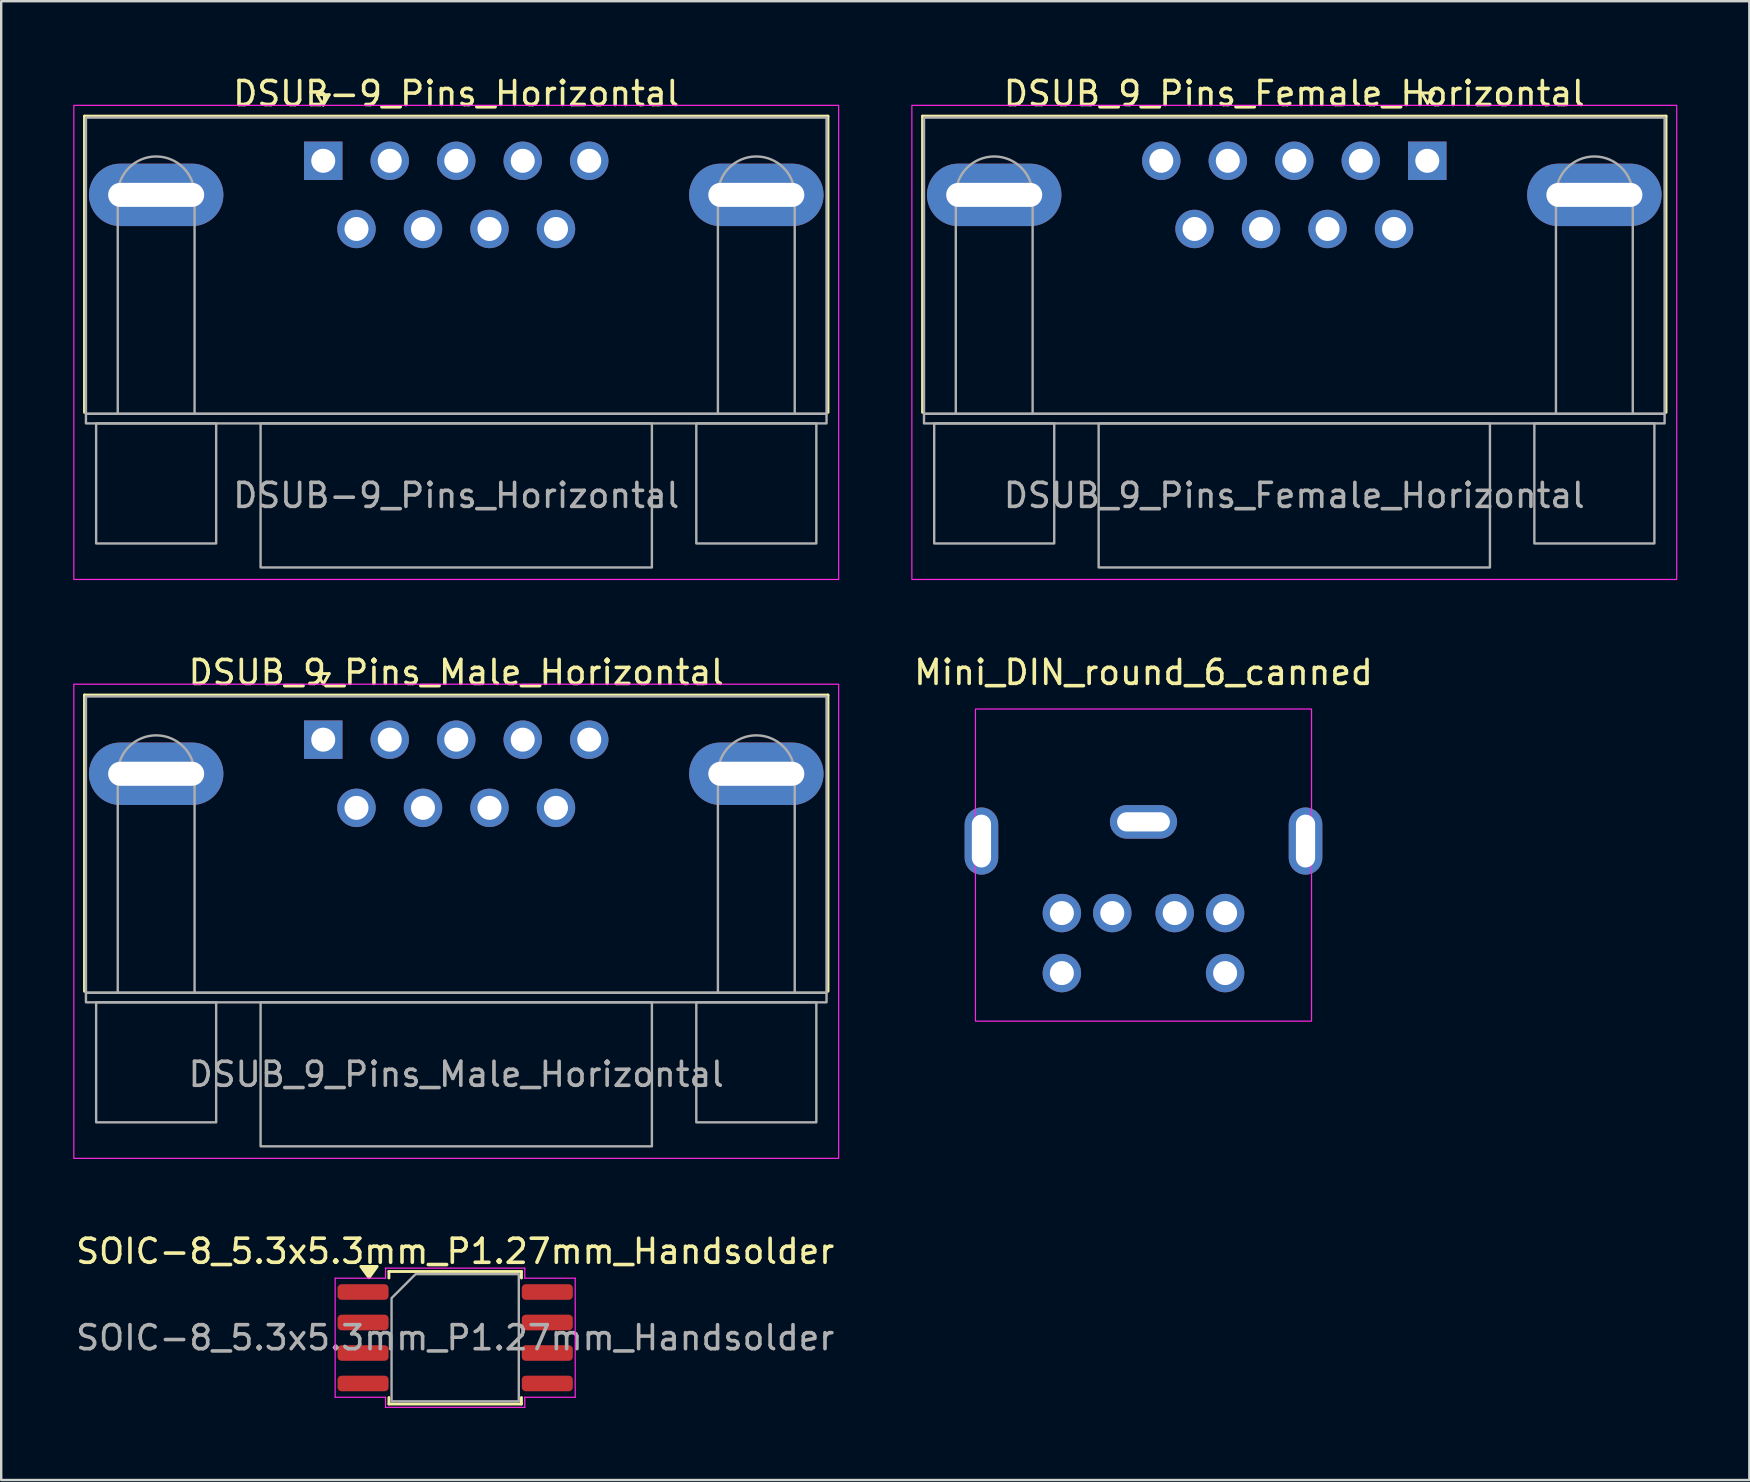
<source format=kicad_pcb>
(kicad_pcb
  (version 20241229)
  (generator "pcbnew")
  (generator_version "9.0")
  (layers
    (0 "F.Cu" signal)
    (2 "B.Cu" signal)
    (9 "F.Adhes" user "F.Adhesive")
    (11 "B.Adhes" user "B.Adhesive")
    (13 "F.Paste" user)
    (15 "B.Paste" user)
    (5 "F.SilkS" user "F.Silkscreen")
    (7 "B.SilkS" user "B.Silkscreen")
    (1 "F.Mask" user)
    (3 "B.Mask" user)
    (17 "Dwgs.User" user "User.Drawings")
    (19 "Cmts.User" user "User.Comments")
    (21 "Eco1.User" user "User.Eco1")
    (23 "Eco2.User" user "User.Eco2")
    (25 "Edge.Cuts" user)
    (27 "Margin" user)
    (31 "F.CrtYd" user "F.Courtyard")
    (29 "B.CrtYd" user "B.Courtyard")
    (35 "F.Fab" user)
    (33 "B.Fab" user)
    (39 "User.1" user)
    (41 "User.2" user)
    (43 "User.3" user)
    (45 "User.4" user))
  (footprint "DSUB-9_Pins_Horizontal"
    (layer "F.Cu")
    (at 10.415 3.648)
    (property "Reference" "DSUB-9_Pins_Horizontal" (at 5.54 -2.8 0) (layer "F.SilkS") (effects (font (size 1 1) (thickness 0.15))))
    (attr through_hole)
    (fp_line (start -9.945 -1.86) (end 21.025 -1.86) (stroke (width 0.12) (type solid)) (layer "F.SilkS"))
    (fp_line (start -9.945 10.48) (end -9.945 -1.86) (stroke (width 0.12) (type solid)) (layer "F.SilkS"))
    (fp_line (start -0.25 -2.754) (end 0.25 -2.754) (stroke (width 0.12) (type solid)) (layer "F.SilkS"))
    (fp_line (start 0 -2.321) (end -0.25 -2.754) (stroke (width 0.12) (type solid)) (layer "F.SilkS"))
    (fp_line (start 0.25 -2.754) (end 0 -2.321) (stroke (width 0.12) (type solid)) (layer "F.SilkS"))
    (fp_line (start 21.025 -1.86) (end 21.025 10.48) (stroke (width 0.12) (type solid)) (layer "F.SilkS"))
    (fp_rect (start -10.39 -2.31) (end 21.47 17.44) (stroke (width 0.05) (type solid)) (fill no) (layer "F.CrtYd"))
    (fp_line (start -8.56 10.54) (end -8.56 1.42) (stroke (width 0.1) (type solid)) (layer "F.Fab"))
    (fp_line (start -5.36 10.54) (end -5.36 1.42) (stroke (width 0.1) (type solid)) (layer "F.Fab"))
    (fp_line (start 16.44 10.54) (end 16.44 1.42) (stroke (width 0.1) (type solid)) (layer "F.Fab"))
    (fp_line (start 19.64 10.54) (end 19.64 1.42) (stroke (width 0.1) (type solid)) (layer "F.Fab"))
    (fp_rect (start -9.885 -1.8) (end 20.965 10.54) (stroke (width 0.1) (type solid)) (fill no) (layer "F.Fab"))
    (fp_rect (start -9.885 10.54) (end 20.965 10.94) (stroke (width 0.1) (type solid)) (fill no) (layer "F.Fab"))
    (fp_rect (start -9.46 10.94) (end -4.46 15.94) (stroke (width 0.1) (type solid)) (fill no) (layer "F.Fab"))
    (fp_rect (start -2.61 10.94) (end 13.69 16.94) (stroke (width 0.1) (type solid)) (fill no) (layer "F.Fab"))
    (fp_rect (start 15.54 10.94) (end 20.54 15.94) (stroke (width 0.1) (type solid)) (fill no) (layer "F.Fab"))
    (fp_arc (start -8.56 1.42) (mid -6.96 -0.18) (end -5.36 1.42) (stroke (width 0.1) (type solid)) (layer "F.Fab"))
    (fp_arc (start 16.44 1.42) (mid 18.04 -0.18) (end 19.64 1.42) (stroke (width 0.1) (type solid)) (layer "F.Fab"))
    (fp_text user "${REFERENCE}" (at 5.54 13.94 0) (layer "F.Fab") (effects (font (size 1 1) (thickness 0.15))))
    (pad "0" thru_hole oval (at -6.96 1.42) (size 5.6 2.6) (drill oval 4 1) (layers "*.Cu" "*.Mask"))
    (pad "0" thru_hole oval (at 18.04 1.42) (size 5.6 2.6) (drill oval 4 1) (layers "*.Cu" "*.Mask"))
    (pad "1" thru_hole rect (at 0 0) (size 1.6 1.6) (drill 1) (layers "*.Cu" "*.Mask"))
    (pad "2" thru_hole circle (at 2.77 0) (size 1.6 1.6) (drill 1) (layers "*.Cu" "*.Mask"))
    (pad "3" thru_hole circle (at 5.54 0) (size 1.6 1.6) (drill 1) (layers "*.Cu" "*.Mask"))
    (pad "4" thru_hole circle (at 8.31 0) (size 1.6 1.6) (drill 1) (layers "*.Cu" "*.Mask"))
    (pad "5" thru_hole circle (at 11.08 0) (size 1.6 1.6) (drill 1) (layers "*.Cu" "*.Mask"))
    (pad "6" thru_hole circle (at 1.385 2.84) (size 1.6 1.6) (drill 1) (layers "*.Cu" "*.Mask"))
    (pad "7" thru_hole circle (at 4.155 2.84) (size 1.6 1.6) (drill 1) (layers "*.Cu" "*.Mask"))
    (pad "8" thru_hole circle (at 6.925 2.84) (size 1.6 1.6) (drill 1) (layers "*.Cu" "*.Mask"))
    (pad "9" thru_hole circle (at 9.695 2.84) (size 1.6 1.6) (drill 1) (layers "*.Cu" "*.Mask")))
  (footprint "DSUB_9_Pins_Male_Horizontal"
    (layer "F.Cu")
    (at 10.415 27.762)
    (property "Reference" "DSUB_9_Pins_Male_Horizontal" (at 5.54 -2.8 0) (layer "F.SilkS") (effects (font (size 1 1) (thickness 0.15))))
    (attr through_hole)
    (fp_line (start -9.945 -1.86) (end 21.025 -1.86) (stroke (width 0.12) (type solid)) (layer "F.SilkS"))
    (fp_line (start -9.945 10.48) (end -9.945 -1.86) (stroke (width 0.12) (type solid)) (layer "F.SilkS"))
    (fp_line (start -0.25 -2.754) (end 0.25 -2.754) (stroke (width 0.12) (type solid)) (layer "F.SilkS"))
    (fp_line (start 0 -2.321) (end -0.25 -2.754) (stroke (width 0.12) (type solid)) (layer "F.SilkS"))
    (fp_line (start 0.25 -2.754) (end 0 -2.321) (stroke (width 0.12) (type solid)) (layer "F.SilkS"))
    (fp_line (start 21.025 -1.86) (end 21.025 10.48) (stroke (width 0.12) (type solid)) (layer "F.SilkS"))
    (fp_rect (start -10.39 -2.31) (end 21.47 17.44) (stroke (width 0.05) (type solid)) (fill no) (layer "F.CrtYd"))
    (fp_line (start -8.56 10.54) (end -8.56 1.42) (stroke (width 0.1) (type solid)) (layer "F.Fab"))
    (fp_line (start -5.36 10.54) (end -5.36 1.42) (stroke (width 0.1) (type solid)) (layer "F.Fab"))
    (fp_line (start 16.44 10.54) (end 16.44 1.42) (stroke (width 0.1) (type solid)) (layer "F.Fab"))
    (fp_line (start 19.64 10.54) (end 19.64 1.42) (stroke (width 0.1) (type solid)) (layer "F.Fab"))
    (fp_rect (start -9.885 -1.8) (end 20.965 10.54) (stroke (width 0.1) (type solid)) (fill no) (layer "F.Fab"))
    (fp_rect (start -9.885 10.54) (end 20.965 10.94) (stroke (width 0.1) (type solid)) (fill no) (layer "F.Fab"))
    (fp_rect (start -9.46 10.94) (end -4.46 15.94) (stroke (width 0.1) (type solid)) (fill no) (layer "F.Fab"))
    (fp_rect (start -2.61 10.94) (end 13.69 16.94) (stroke (width 0.1) (type solid)) (fill no) (layer "F.Fab"))
    (fp_rect (start 15.54 10.94) (end 20.54 15.94) (stroke (width 0.1) (type solid)) (fill no) (layer "F.Fab"))
    (fp_arc (start -8.56 1.42) (mid -6.96 -0.18) (end -5.36 1.42) (stroke (width 0.1) (type solid)) (layer "F.Fab"))
    (fp_arc (start 16.44 1.42) (mid 18.04 -0.18) (end 19.64 1.42) (stroke (width 0.1) (type solid)) (layer "F.Fab"))
    (fp_text user "${REFERENCE}" (at 5.54 13.94 0) (layer "F.Fab") (effects (font (size 1 1) (thickness 0.15))))
    (pad "0" thru_hole oval (at -6.96 1.42) (size 5.6 2.6) (drill oval 4 1) (layers "*.Cu" "*.Mask"))
    (pad "0" thru_hole oval (at 18.04 1.42) (size 5.6 2.6) (drill oval 4 1) (layers "*.Cu" "*.Mask"))
    (pad "1" thru_hole rect (at 0 0) (size 1.6 1.6) (drill 1) (layers "*.Cu" "*.Mask"))
    (pad "2" thru_hole circle (at 2.77 0) (size 1.6 1.6) (drill 1) (layers "*.Cu" "*.Mask"))
    (pad "3" thru_hole circle (at 5.54 0) (size 1.6 1.6) (drill 1) (layers "*.Cu" "*.Mask"))
    (pad "4" thru_hole circle (at 8.31 0) (size 1.6 1.6) (drill 1) (layers "*.Cu" "*.Mask"))
    (pad "5" thru_hole circle (at 11.08 0) (size 1.6 1.6) (drill 1) (layers "*.Cu" "*.Mask"))
    (pad "6" thru_hole circle (at 1.385 2.84) (size 1.6 1.6) (drill 1) (layers "*.Cu" "*.Mask"))
    (pad "7" thru_hole circle (at 4.155 2.84) (size 1.6 1.6) (drill 1) (layers "*.Cu" "*.Mask"))
    (pad "8" thru_hole circle (at 6.925 2.84) (size 1.6 1.6) (drill 1) (layers "*.Cu" "*.Mask"))
    (pad "9" thru_hole circle (at 9.695 2.84) (size 1.6 1.6) (drill 1) (layers "*.Cu" "*.Mask")))
  (footprint "DSUB_9_Pins_Female_Horizontal"
    (layer "F.Cu")
    (at 45.325 3.648)
    (property "Reference" "DSUB_9_Pins_Female_Horizontal" (at 5.54 -2.8 0) (layer "F.SilkS") (effects (font (size 1 1) (thickness 0.15))))
    (attr through_hole)
    (fp_line (start -9.945 -1.86) (end 21.025 -1.86) (stroke (width 0.12) (type solid)) (layer "F.SilkS"))
    (fp_line (start -9.945 10.48) (end -9.945 -1.86) (stroke (width 0.12) (type solid)) (layer "F.SilkS"))
    (fp_line (start 10.845 -2.827) (end 11.345 -2.827) (stroke (width 0.12) (type solid)) (layer "F.SilkS"))
    (fp_line (start 11.095 -2.393) (end 10.845 -2.827) (stroke (width 0.12) (type solid)) (layer "F.SilkS"))
    (fp_line (start 11.345 -2.827) (end 11.095 -2.393) (stroke (width 0.12) (type solid)) (layer "F.SilkS"))
    (fp_line (start 21.025 -1.86) (end 21.025 10.48) (stroke (width 0.12) (type solid)) (layer "F.SilkS"))
    (fp_rect (start -10.39 -2.31) (end 21.47 17.44) (stroke (width 0.05) (type solid)) (fill no) (layer "F.CrtYd"))
    (fp_line (start -8.56 10.54) (end -8.56 1.42) (stroke (width 0.1) (type solid)) (layer "F.Fab"))
    (fp_line (start -5.36 10.54) (end -5.36 1.42) (stroke (width 0.1) (type solid)) (layer "F.Fab"))
    (fp_line (start 16.44 10.54) (end 16.44 1.42) (stroke (width 0.1) (type solid)) (layer "F.Fab"))
    (fp_line (start 19.64 10.54) (end 19.64 1.42) (stroke (width 0.1) (type solid)) (layer "F.Fab"))
    (fp_rect (start -9.885 -1.8) (end 20.965 10.54) (stroke (width 0.1) (type solid)) (fill no) (layer "F.Fab"))
    (fp_rect (start -9.885 10.54) (end 20.965 10.94) (stroke (width 0.1) (type solid)) (fill no) (layer "F.Fab"))
    (fp_rect (start -9.46 10.94) (end -4.46 15.94) (stroke (width 0.1) (type solid)) (fill no) (layer "F.Fab"))
    (fp_rect (start -2.61 10.94) (end 13.69 16.94) (stroke (width 0.1) (type solid)) (fill no) (layer "F.Fab"))
    (fp_rect (start 15.54 10.94) (end 20.54 15.94) (stroke (width 0.1) (type solid)) (fill no) (layer "F.Fab"))
    (fp_arc (start -8.56 1.42) (mid -6.96 -0.18) (end -5.36 1.42) (stroke (width 0.1) (type solid)) (layer "F.Fab"))
    (fp_arc (start 16.44 1.42) (mid 18.04 -0.18) (end 19.64 1.42) (stroke (width 0.1) (type solid)) (layer "F.Fab"))
    (fp_text user "${REFERENCE}" (at 5.54 13.94 0) (layer "F.Fab") (effects (font (size 1 1) (thickness 0.15))))
    (pad "0" thru_hole oval (at -6.96 1.42) (size 5.6 2.6) (drill oval 4 1) (layers "*.Cu" "*.Mask"))
    (pad "0" thru_hole oval (at 18.04 1.42) (size 5.6 2.6) (drill oval 4 1) (layers "*.Cu" "*.Mask"))
    (pad "1" thru_hole rect (at 11.08 0) (size 1.6 1.6) (drill 1) (layers "*.Cu" "*.Mask"))
    (pad "2" thru_hole circle (at 8.31 0) (size 1.6 1.6) (drill 1) (layers "*.Cu" "*.Mask"))
    (pad "3" thru_hole circle (at 5.54 0) (size 1.6 1.6) (drill 1) (layers "*.Cu" "*.Mask"))
    (pad "4" thru_hole circle (at 2.77 0) (size 1.6 1.6) (drill 1) (layers "*.Cu" "*.Mask"))
    (pad "5" thru_hole circle (at 0 0) (size 1.6 1.6) (drill 1) (layers "*.Cu" "*.Mask"))
    (pad "6" thru_hole circle (at 9.695 2.84) (size 1.6 1.6) (drill 1) (layers "*.Cu" "*.Mask"))
    (pad "7" thru_hole circle (at 6.925 2.84) (size 1.6 1.6) (drill 1) (layers "*.Cu" "*.Mask"))
    (pad "8" thru_hole circle (at 4.155 2.84) (size 1.6 1.6) (drill 1) (layers "*.Cu" "*.Mask"))
    (pad "9" thru_hole circle (at 1.385 2.84) (size 1.6 1.6) (drill 1) (layers "*.Cu" "*.Mask")))
  (footprint "SOIC-8_5.3x5.3mm_P1.27mm_Handsolder"
    (layer "F.Cu")
    (at 15.911 52.675)
    (property "Reference" "SOIC-8_5.3x5.3mm_P1.27mm_Handsolder" (at 0 -3.6 0) (layer "F.SilkS") (effects (font (size 1 1) (thickness 0.15))))
    (attr smd)
    (fp_line (start -2.76 -2.76) (end 2.76 -2.76) (stroke (width 0.12) (type solid)) (layer "F.SilkS"))
    (fp_line (start -2.76 -2.49) (end -2.76 -2.76) (stroke (width 0.12) (type solid)) (layer "F.SilkS"))
    (fp_line (start -2.76 2.76) (end -2.76 2.49) (stroke (width 0.12) (type solid)) (layer "F.SilkS"))
    (fp_line (start 2.76 -2.76) (end 2.76 -2.49) (stroke (width 0.12) (type solid)) (layer "F.SilkS"))
    (fp_line (start 2.76 2.49) (end 2.76 2.76) (stroke (width 0.12) (type solid)) (layer "F.SilkS"))
    (fp_line (start 2.76 2.76) (end -2.76 2.76) (stroke (width 0.12) (type solid)) (layer "F.SilkS"))
    (fp_poly (pts (xy -3.59 -2.5) (xy -3.93 -2.97) (xy -3.25 -2.97)) (stroke (width 0.12) (type solid)) (fill yes) (layer "F.SilkS"))
    (fp_line (start -5 -2.48) (end -2.9 -2.48) (stroke (width 0.05) (type solid)) (layer "F.CrtYd"))
    (fp_line (start -5 2.48) (end -5 -2.48) (stroke (width 0.05) (type solid)) (layer "F.CrtYd"))
    (fp_line (start -2.9 -2.9) (end 2.9 -2.9) (stroke (width 0.05) (type solid)) (layer "F.CrtYd"))
    (fp_line (start -2.9 -2.48) (end -2.9 -2.9) (stroke (width 0.05) (type solid)) (layer "F.CrtYd"))
    (fp_line (start -2.9 2.48) (end -5 2.48) (stroke (width 0.05) (type solid)) (layer "F.CrtYd"))
    (fp_line (start -2.9 2.9) (end -2.9 2.48) (stroke (width 0.05) (type solid)) (layer "F.CrtYd"))
    (fp_line (start 2.9 -2.9) (end 2.9 -2.48) (stroke (width 0.05) (type solid)) (layer "F.CrtYd"))
    (fp_line (start 2.9 -2.48) (end 5 -2.48) (stroke (width 0.05) (type solid)) (layer "F.CrtYd"))
    (fp_line (start 2.9 2.48) (end 2.9 2.9) (stroke (width 0.05) (type solid)) (layer "F.CrtYd"))
    (fp_line (start 2.9 2.9) (end -2.9 2.9) (stroke (width 0.05) (type solid)) (layer "F.CrtYd"))
    (fp_line (start 5 -2.48) (end 5 2.48) (stroke (width 0.05) (type solid)) (layer "F.CrtYd"))
    (fp_line (start 5 2.48) (end 2.9 2.48) (stroke (width 0.05) (type solid)) (layer "F.CrtYd"))
    (fp_poly (pts (xy -1.65 -2.65) (xy 2.65 -2.65) (xy 2.65 2.65) (xy -2.65 2.65) (xy -2.65 -1.65)) (stroke (width 0.1) (type solid)) (fill no) (layer "F.Fab"))
    (fp_text user "${REFERENCE}" (at 0 0 0) (layer "F.Fab") (effects (font (size 1 1) (thickness 0.15))))
    (pad "1" smd roundrect (at -3.837 -1.905) (size 2.125 0.65) (layers "F.Cu" "F.Mask" "F.Paste") (roundrect_rratio 0.25))
    (pad "2" smd roundrect (at -3.837 -0.635) (size 2.125 0.65) (layers "F.Cu" "F.Mask" "F.Paste") (roundrect_rratio 0.25))
    (pad "3" smd roundrect (at -3.837 0.635) (size 2.125 0.65) (layers "F.Cu" "F.Mask" "F.Paste") (roundrect_rratio 0.25))
    (pad "4" smd roundrect (at -3.837 1.905) (size 2.125 0.65) (layers "F.Cu" "F.Mask" "F.Paste") (roundrect_rratio 0.25))
    (pad "5" smd roundrect (at 3.837 1.905) (size 2.125 0.65) (layers "F.Cu" "F.Mask" "F.Paste") (roundrect_rratio 0.25))
    (pad "6" smd roundrect (at 3.837 0.635) (size 2.125 0.65) (layers "F.Cu" "F.Mask" "F.Paste") (roundrect_rratio 0.25))
    (pad "7" smd roundrect (at 3.837 -0.635) (size 2.125 0.65) (layers "F.Cu" "F.Mask" "F.Paste") (roundrect_rratio 0.25))
    (pad "8" smd roundrect (at 3.837 -1.905) (size 2.125 0.65) (layers "F.Cu" "F.Mask" "F.Paste") (roundrect_rratio 0.25)))
  (footprint "Mini_DIN_round_6_canned"
    (layer "F.Cu")
    (at 44.583 26.485)
    (property "Reference" "Mini_DIN_round_6_canned" (at 0 -1.524 0) (unlocked yes) (layer "F.SilkS") (effects (font (size 1 1) (thickness 0.15))))
    (attr through_hole)
    (fp_rect (start -7 0) (end 7 13) (stroke (width 0.05) (type default)) (fill no) (layer "F.CrtYd"))
    (pad "1" thru_hole circle (at -1.3 8.5 90) (size 1.6 1.6) (drill 1) (layers "*.Cu" "*.Mask"))
    (pad "2" thru_hole circle (at 1.3 8.5 90) (size 1.6 1.6) (drill 1) (layers "*.Cu" "*.Mask"))
    (pad "3" thru_hole circle (at -3.4 8.5 90) (size 1.6 1.6) (drill 1) (layers "*.Cu" "*.Mask"))
    (pad "4" thru_hole circle (at 3.4 8.5 90) (size 1.6 1.6) (drill 1) (layers "*.Cu" "*.Mask"))
    (pad "5" thru_hole circle (at -3.4 11 90) (size 1.6 1.6) (drill 1) (layers "*.Cu" "*.Mask"))
    (pad "6" thru_hole circle (at 3.4 11 90) (size 1.6 1.6) (drill 1) (layers "*.Cu" "*.Mask"))
    (pad "SH" thru_hole roundrect (at -6.75 5.5 90) (size 2.8 1.4) (drill oval 2.2 0.8) (layers "*.Cu" "*.Mask") (roundrect_rratio 0.5))
    (pad "SH" thru_hole roundrect (at 0 4.7) (size 2.8 1.4) (drill oval 2.2 0.8) (layers "*.Cu" "*.Mask") (roundrect_rratio 0.5))
    (pad "SH" thru_hole roundrect (at 6.75 5.5 90) (size 2.8 1.4) (drill oval 2.2 0.8) (layers "*.Cu" "*.Mask") (roundrect_rratio 0.5)))
  (gr_rect
    (start -3 -3)
    (end 69.82 58.6)
    (stroke (width 0.1) (type default))
    (fill no)
    (layer "Edge.Cuts")))
</source>
